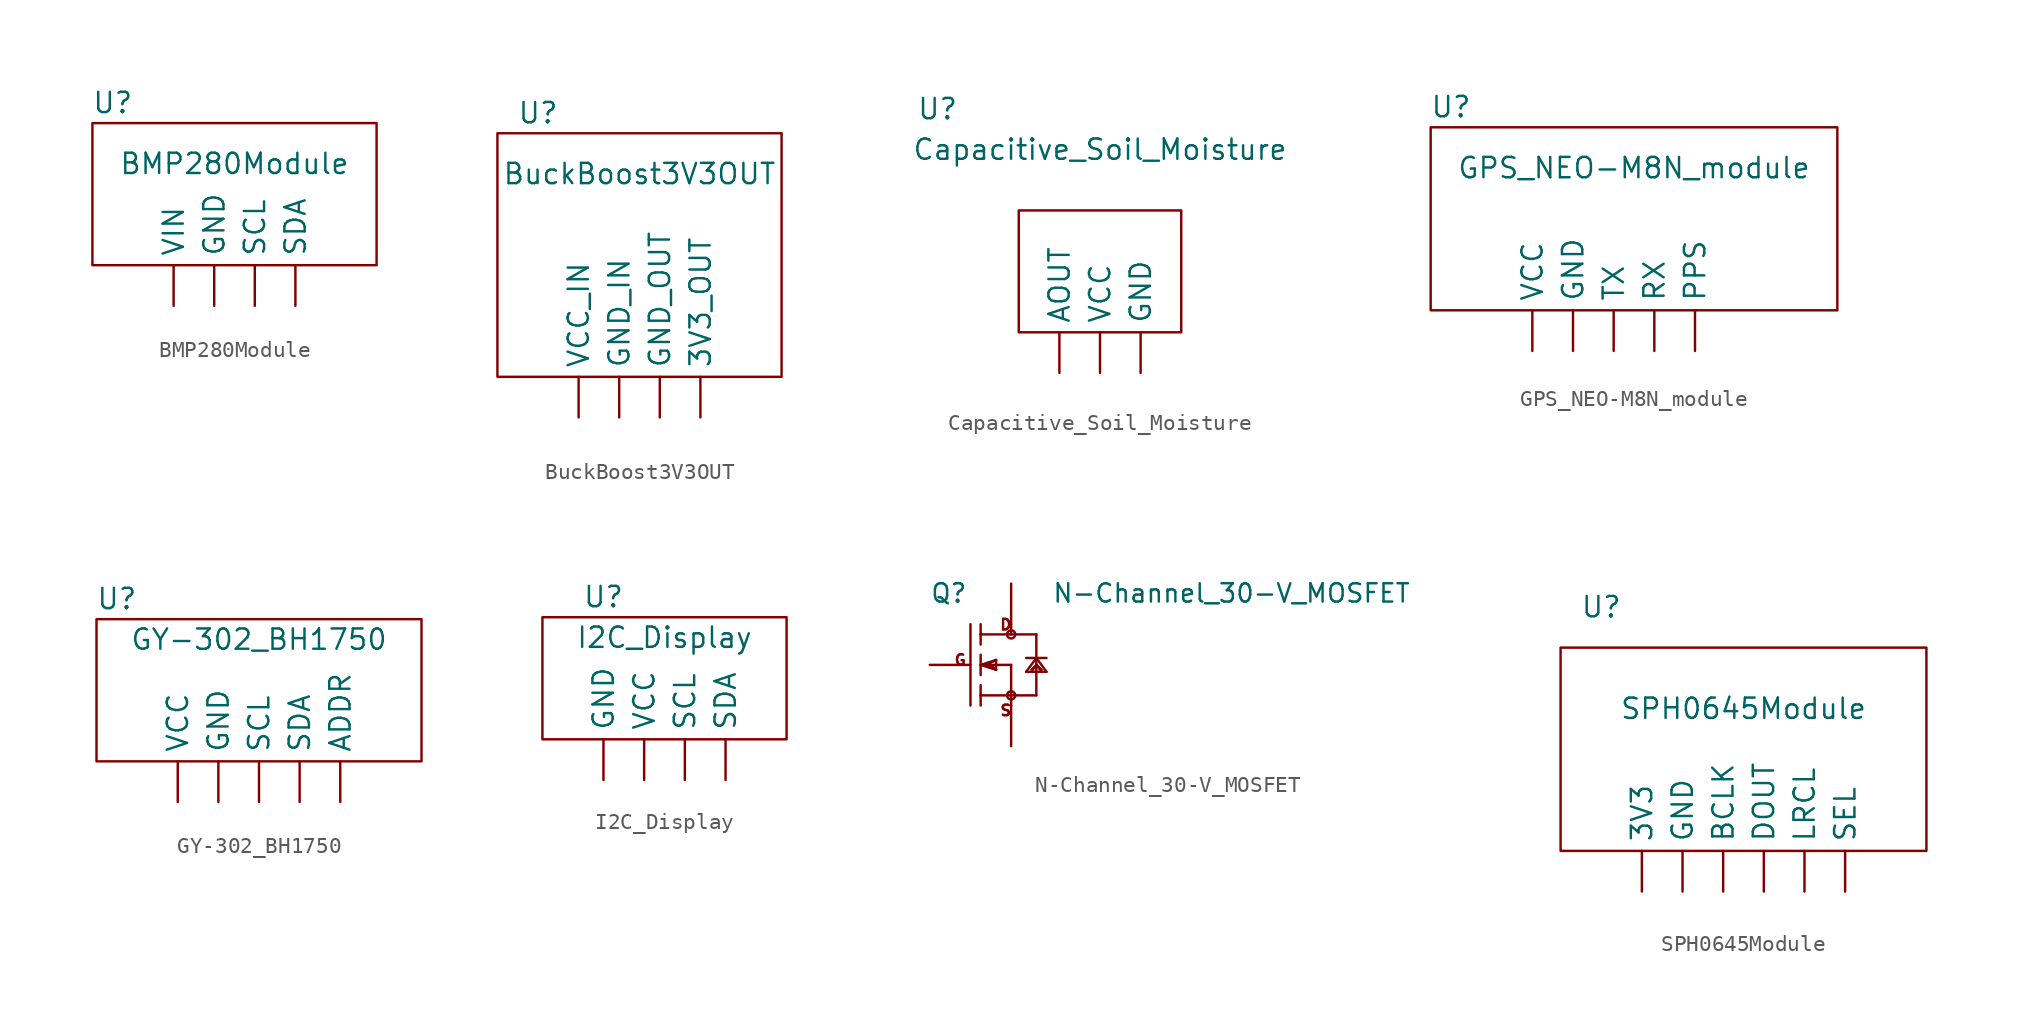
<source format=kicad_sym>
(kicad_symbol_lib
  (version 20211014)
  (generator kicad_symbol_editor)
  (symbol "BMP280Module"
    (property "Reference" "U"
      (at -7.62 10.16 0)
      (effects (font (size 1.27 1.27))))
    (property "Value" "BMP280Module"
      (at 0 6.35 0)
      (effects (font (size 1.27 1.27))))
    (symbol "BMP280Module_0_0"
      (rectangle (start -8.89 8.89) (end 8.89 0) (stroke (width 0) (type default) (color 0 0 0 0)) (fill (type none))))
    (symbol "BMP280Module_1_1"
      (pin power_in line (at -1.27 -2.54 90) (length 2.54) (name "GND" (effects (font (size 1.27 1.27)))) (number "" (effects (font (size 1.27 1.27)))))
      (pin bidirectional line (at 1.27 -2.54 90) (length 2.54) (name "SCL" (effects (font (size 1.27 1.27)))) (number "" (effects (font (size 1.27 1.27)))))
      (pin bidirectional line (at 3.81 -2.54 90) (length 2.54) (name "SDA" (effects (font (size 1.27 1.27)))) (number "" (effects (font (size 1.27 1.27)))))
      (pin power_in line (at -3.81 -2.54 90) (length 2.54) (name "VIN" (effects (font (size 1.27 1.27)))) (number "" (effects (font (size 1.27 1.27)))))))
  (symbol "BuckBoost3V3OUT"
    (property "Reference" "U"
      (at -6.35 16.51 0)
      (effects (font (size 1.27 1.27))))
    (property "Value" "BuckBoost3V3OUT"
      (at 0 12.7 0)
      (effects (font (size 1.27 1.27))))
    (symbol "BuckBoost3V3OUT_0_1"
      (rectangle (start -8.89 15.24) (end 8.89 0) (stroke (width 0) (type default) (color 0 0 0 0)) (fill (type none))))
    (symbol "BuckBoost3V3OUT_1_1"
      (pin power_out line (at 3.81 -2.54 90) (length 2.54) (name "3V3_OUT" (effects (font (size 1.27 1.27)))) (number "" (effects (font (size 1.27 1.27)))))
      (pin power_in line (at -1.27 -2.54 90) (length 2.54) (name "GND_IN" (effects (font (size 1.27 1.27)))) (number "" (effects (font (size 1.27 1.27)))))
      (pin power_out line (at 1.27 -2.54 90) (length 2.54) (name "GND_OUT" (effects (font (size 1.27 1.27)))) (number "" (effects (font (size 1.27 1.27)))))
      (pin power_in line (at -3.81 -2.54 90) (length 2.54) (name "VCC_IN" (effects (font (size 1.27 1.27)))) (number "" (effects (font (size 1.27 1.27)))))))
  (symbol "Capacitive_Soil_Moisture"
    (property "Reference" "U"
      (at -10.16 13.97 0)
      (effects (font (size 1.27 1.27))))
    (property "Value" "Capacitive_Soil_Moisture"
      (at 0 11.43 0)
      (effects (font (size 1.27 1.27))))
    (symbol "Capacitive_Soil_Moisture_0_1"
      (rectangle (start 5.08 0) (end -5.08 7.62) (stroke (width 0) (type default) (color 0 0 0 0)) (fill (type none))))
    (symbol "Capacitive_Soil_Moisture_1_1"
      (pin output line (at -2.54 -2.54 90) (length 2.54) (name "AOUT" (effects (font (size 1.27 1.27)))) (number "" (effects (font (size 1.27 1.27)))))
      (pin power_in line (at 2.54 -2.54 90) (length 2.54) (name "GND" (effects (font (size 1.27 1.27)))) (number "" (effects (font (size 1.27 1.27)))))
      (pin power_in line (at 0 -2.54 90) (length 2.54) (name "VCC" (effects (font (size 1.27 1.27)))) (number "" (effects (font (size 1.27 1.27)))))))
  (symbol "GPS_NEO-M8N_module"
    (property "Reference" "U"
      (at -11.43 12.7 0)
      (effects (font (size 1.27 1.27))))
    (property "Value" "GPS_NEO-M8N_module"
      (at 0 8.89 0)
      (effects (font (size 1.27 1.27))))
    (symbol "GPS_NEO-M8N_module_0_1"
      (rectangle (start -12.7 11.43) (end 12.7 0) (stroke (width 0) (type default) (color 0 0 0 0)) (fill (type none))))
    (symbol "GPS_NEO-M8N_module_1_1"
      (pin power_in line (at -3.81 -2.54 90) (length 2.54) (name "GND" (effects (font (size 1.27 1.27)))) (number "" (effects (font (size 1.27 1.27)))))
      (pin output line (at 3.81 -2.54 90) (length 2.54) (name "PPS" (effects (font (size 1.27 1.27)))) (number "" (effects (font (size 1.27 1.27)))))
      (pin input line (at 1.27 -2.54 90) (length 2.54) (name "RX" (effects (font (size 1.27 1.27)))) (number "" (effects (font (size 1.27 1.27)))))
      (pin output line (at -1.27 -2.54 90) (length 2.54) (name "TX" (effects (font (size 1.27 1.27)))) (number "" (effects (font (size 1.27 1.27)))))
      (pin power_in line (at -6.35 -2.54 90) (length 2.54) (name "VCC" (effects (font (size 1.27 1.27)))) (number "" (effects (font (size 1.27 1.27)))))))
  (symbol "GY-302_BH1750"
    (property "Reference" "U"
      (at -8.89 10.16 0)
      (effects (font (size 1.27 1.27))))
    (property "Value" "GY-302_BH1750"
      (at 0 7.62 0)
      (effects (font (size 1.27 1.27))))
    (symbol "GY-302_BH1750_0_1"
      (rectangle (start -10.16 8.89) (end 10.16 0) (stroke (width 0) (type default) (color 0 0 0 0)) (fill (type none))))
    (symbol "GY-302_BH1750_1_1"
      (pin input line (at 5.08 -2.54 90) (length 2.54) (name "ADDR" (effects (font (size 1.27 1.27)))) (number "" (effects (font (size 1.27 1.27)))))
      (pin power_in line (at -2.54 -2.54 90) (length 2.54) (name "GND" (effects (font (size 1.27 1.27)))) (number "" (effects (font (size 1.27 1.27)))))
      (pin bidirectional line (at 0 -2.54 90) (length 2.54) (name "SCL" (effects (font (size 1.27 1.27)))) (number "" (effects (font (size 1.27 1.27)))))
      (pin bidirectional line (at 2.54 -2.54 90) (length 2.54) (name "SDA" (effects (font (size 1.27 1.27)))) (number "" (effects (font (size 1.27 1.27)))))
      (pin power_in line (at -5.08 -2.54 90) (length 2.54) (name "VCC" (effects (font (size 1.27 1.27)))) (number "" (effects (font (size 1.27 1.27)))))))
  (symbol "I2C_Display"
    (property "Reference" "U"
      (at -3.81 8.89 0)
      (effects (font (size 1.27 1.27))))
    (property "Value" "I2C_Display"
      (at 0 6.35 0)
      (effects (font (size 1.27 1.27))))
    (symbol "I2C_Display_0_1"
      (rectangle (start -7.62 7.62) (end 7.62 0) (stroke (width 0) (type default) (color 0 0 0 0)) (fill (type none))))
    (symbol "I2C_Display_1_1"
      (pin power_in line (at -3.81 -2.54 90) (length 2.54) (name "GND" (effects (font (size 1.27 1.27)))) (number "" (effects (font (size 1.27 1.27)))))
      (pin bidirectional line (at 1.27 -2.54 90) (length 2.54) (name "SCL" (effects (font (size 1.27 1.27)))) (number "" (effects (font (size 1.27 1.27)))))
      (pin bidirectional line (at 3.81 -2.54 90) (length 2.54) (name "SDA" (effects (font (size 1.27 1.27)))) (number "" (effects (font (size 1.27 1.27)))))
      (pin power_in line (at -1.27 -2.54 90) (length 2.54) (name "VCC" (effects (font (size 1.27 1.27)))) (number "" (effects (font (size 1.27 1.27)))))))
  (symbol "N-Channel_30-V_MOSFET"
    (pin_numbers hide)
    (pin_names
      (offset 1.016) hide)
    (property "Reference" "Q"
      (at -5.08 3.81 0)
      (effects (font (size 1.143 1.143)) (justify left bottom)))
    (property "Value" "N-Channel_30-V_MOSFET"
      (at 2.54 3.81 0)
      (effects (font (size 1.143 1.143)) (justify left bottom)))
    (symbol "N-Channel_30-V_MOSFET_1_0"
      (polyline (pts (xy -2.54 2.54) (xy -2.54 -2.54)) (stroke (width 0) (type default) (color 0 0 0 0)) (fill (type none)))
      (polyline (pts (xy -1.905 -2.54) (xy -1.905 -1.905)) (stroke (width 0) (type default) (color 0 0 0 0)) (fill (type none)))
      (polyline (pts (xy -1.905 -1.905) (xy -1.905 -1.27)) (stroke (width 0) (type default) (color 0 0 0 0)) (fill (type none)))
      (polyline (pts (xy -1.905 -1.905) (xy 0 -1.905)) (stroke (width 0) (type default) (color 0 0 0 0)) (fill (type none)))
      (polyline (pts (xy -1.905 0) (xy -1.905 -0.635)) (stroke (width 0) (type default) (color 0 0 0 0)) (fill (type none)))
      (polyline (pts (xy -1.905 0) (xy -0.94 -0.305)) (stroke (width 0) (type default) (color 0 0 0 0)) (fill (type none)))
      (polyline (pts (xy -1.905 0) (xy -0.94 0.305)) (stroke (width 0) (type default) (color 0 0 0 0)) (fill (type none)))
      (polyline (pts (xy -1.905 0.635) (xy -1.905 0)) (stroke (width 0) (type default) (color 0 0 0 0)) (fill (type none)))
      (polyline (pts (xy -1.905 1.905) (xy -1.905 1.27)) (stroke (width 0) (type default) (color 0 0 0 0)) (fill (type none)))
      (polyline (pts (xy -1.905 1.905) (xy 0 1.905)) (stroke (width 0) (type default) (color 0 0 0 0)) (fill (type none)))
      (polyline (pts (xy -1.905 2.54) (xy -1.905 1.905)) (stroke (width 0) (type default) (color 0 0 0 0)) (fill (type none)))
      (polyline (pts (xy -1.575 0) (xy -0.94 -0.305)) (stroke (width 0) (type default) (color 0 0 0 0)) (fill (type none)))
      (polyline (pts (xy -0.94 -0.305) (xy -1.397 0.127)) (stroke (width 0) (type default) (color 0 0 0 0)) (fill (type none)))
      (polyline (pts (xy -0.94 -0.305) (xy -0.94 0.305)) (stroke (width 0) (type default) (color 0 0 0 0)) (fill (type none)))
      (polyline (pts (xy -0.94 0.305) (xy -1.575 0)) (stroke (width 0) (type default) (color 0 0 0 0)) (fill (type none)))
      (polyline (pts (xy 0 -1.905) (xy 0 -2.54)) (stroke (width 0) (type default) (color 0 0 0 0)) (fill (type none)))
      (polyline (pts (xy 0 0) (xy -1.575 0)) (stroke (width 0) (type default) (color 0 0 0 0)) (fill (type none)))
      (polyline (pts (xy 0 0) (xy 0 -1.905)) (stroke (width 0) (type default) (color 0 0 0 0)) (fill (type none)))
      (polyline (pts (xy 0 1.905) (xy 1.575 1.905)) (stroke (width 0) (type default) (color 0 0 0 0)) (fill (type none)))
      (polyline (pts (xy 0 2.54) (xy 0 1.905)) (stroke (width 0) (type default) (color 0 0 0 0)) (fill (type none)))
      (polyline (pts (xy 0.94 -0.432) (xy 1.575 0.432)) (stroke (width 0) (type default) (color 0 0 0 0)) (fill (type none)))
      (polyline (pts (xy 1.27 -0.432) (xy 0.94 -0.432)) (stroke (width 0) (type default) (color 0 0 0 0)) (fill (type none)))
      (polyline (pts (xy 1.575 -1.905) (xy 0 -1.905)) (stroke (width 0) (type default) (color 0 0 0 0)) (fill (type none)))
      (polyline (pts (xy 1.575 -1.905) (xy 1.575 0)) (stroke (width 0) (type default) (color 0 0 0 0)) (fill (type none)))
      (polyline (pts (xy 1.575 0) (xy 1.27 -0.432)) (stroke (width 0) (type default) (color 0 0 0 0)) (fill (type none)))
      (polyline (pts (xy 1.575 0) (xy 1.27 -0.305)) (stroke (width 0) (type default) (color 0 0 0 0)) (fill (type none)))
      (polyline (pts (xy 1.575 0) (xy 1.575 0.432)) (stroke (width 0) (type default) (color 0 0 0 0)) (fill (type none)))
      (polyline (pts (xy 1.575 0.432) (xy 0.94 0.432)) (stroke (width 0) (type default) (color 0 0 0 0)) (fill (type none)))
      (polyline (pts (xy 1.575 0.432) (xy 1.575 1.905)) (stroke (width 0) (type default) (color 0 0 0 0)) (fill (type none)))
      (polyline (pts (xy 1.575 0.432) (xy 2.21 -0.432)) (stroke (width 0) (type default) (color 0 0 0 0)) (fill (type none)))
      (polyline (pts (xy 1.905 -0.432) (xy 1.27 -0.432)) (stroke (width 0) (type default) (color 0 0 0 0)) (fill (type none)))
      (polyline (pts (xy 1.905 -0.432) (xy 1.575 0)) (stroke (width 0) (type default) (color 0 0 0 0)) (fill (type none)))
      (polyline (pts (xy 1.905 -0.305) (xy 1.575 0)) (stroke (width 0) (type default) (color 0 0 0 0)) (fill (type none)))
      (polyline (pts (xy 2.21 -0.432) (xy 1.905 -0.432)) (stroke (width 0) (type default) (color 0 0 0 0)) (fill (type none)))
      (polyline (pts (xy 2.21 0.432) (xy 1.575 0.432)) (stroke (width 0) (type default) (color 0 0 0 0)) (fill (type none)))
      (text "D" (at -0.33 2.515 0) (effects (font (size 0.66 0.66))))
      (text "G" (at -3.175 0.305 0) (effects (font (size 0.66 0.66))))
      (text "S" (at -0.33 -2.845 0) (effects (font (size 0.66 0.66)))))
    (symbol "N-Channel_30-V_MOSFET_1_1"
      (circle (center 0 -1.905) (radius 0.254) (stroke (width 0) (type default) (color 0 0 0 0)) (fill (type none)))
      (circle (center 0 1.905) (radius 0.254) (stroke (width 0) (type default) (color 0 0 0 0)) (fill (type none)))
      (pin passive line (at -5.08 0 0) (length 2.54) (name "G" (effects (font (size 1.016 1.016)))) (number "1" (effects (font (size 1.016 1.016)))))
      (pin passive line (at 0 -5.08 90) (length 2.54) (name "S" (effects (font (size 1.016 1.016)))) (number "2" (effects (font (size 1.016 1.016)))))
      (pin passive line (at 0 5.08 270) (length 2.54) (name "D" (effects (font (size 1.016 1.016)))) (number "3" (effects (font (size 1.016 1.016)))))))
  (symbol "SPH0645Module"
    (property "Reference" "U"
      (at -8.89 15.24 0)
      (effects (font (size 1.27 1.27))))
    (property "Value" "SPH0645Module"
      (at 0 8.89 0)
      (effects (font (size 1.27 1.27))))
    (symbol "SPH0645Module_0_1"
      (rectangle (start -11.43 12.7) (end 11.43 0) (stroke (width 0) (type default) (color 0 0 0 0)) (fill (type none))))
    (symbol "SPH0645Module_1_1"
      (pin power_in line (at -6.35 -2.54 90) (length 2.54) (name "3V3" (effects (font (size 1.27 1.27)))) (number "" (effects (font (size 1.27 1.27)))))
      (pin bidirectional line (at -1.27 -2.54 90) (length 2.54) (name "BCLK" (effects (font (size 1.27 1.27)))) (number "" (effects (font (size 1.27 1.27)))))
      (pin bidirectional line (at 1.27 -2.54 90) (length 2.54) (name "DOUT" (effects (font (size 1.27 1.27)))) (number "" (effects (font (size 1.27 1.27)))))
      (pin power_in line (at -3.81 -2.54 90) (length 2.54) (name "GND" (effects (font (size 1.27 1.27)))) (number "" (effects (font (size 1.27 1.27)))))
      (pin input line (at 3.81 -2.54 90) (length 2.54) (name "LRCL" (effects (font (size 1.27 1.27)))) (number "" (effects (font (size 1.27 1.27)))))
      (pin input line (at 6.35 -2.54 90) (length 2.54) (name "SEL" (effects (font (size 1.27 1.27)))) (number "" (effects (font (size 1.27 1.27))))))))
</source>
